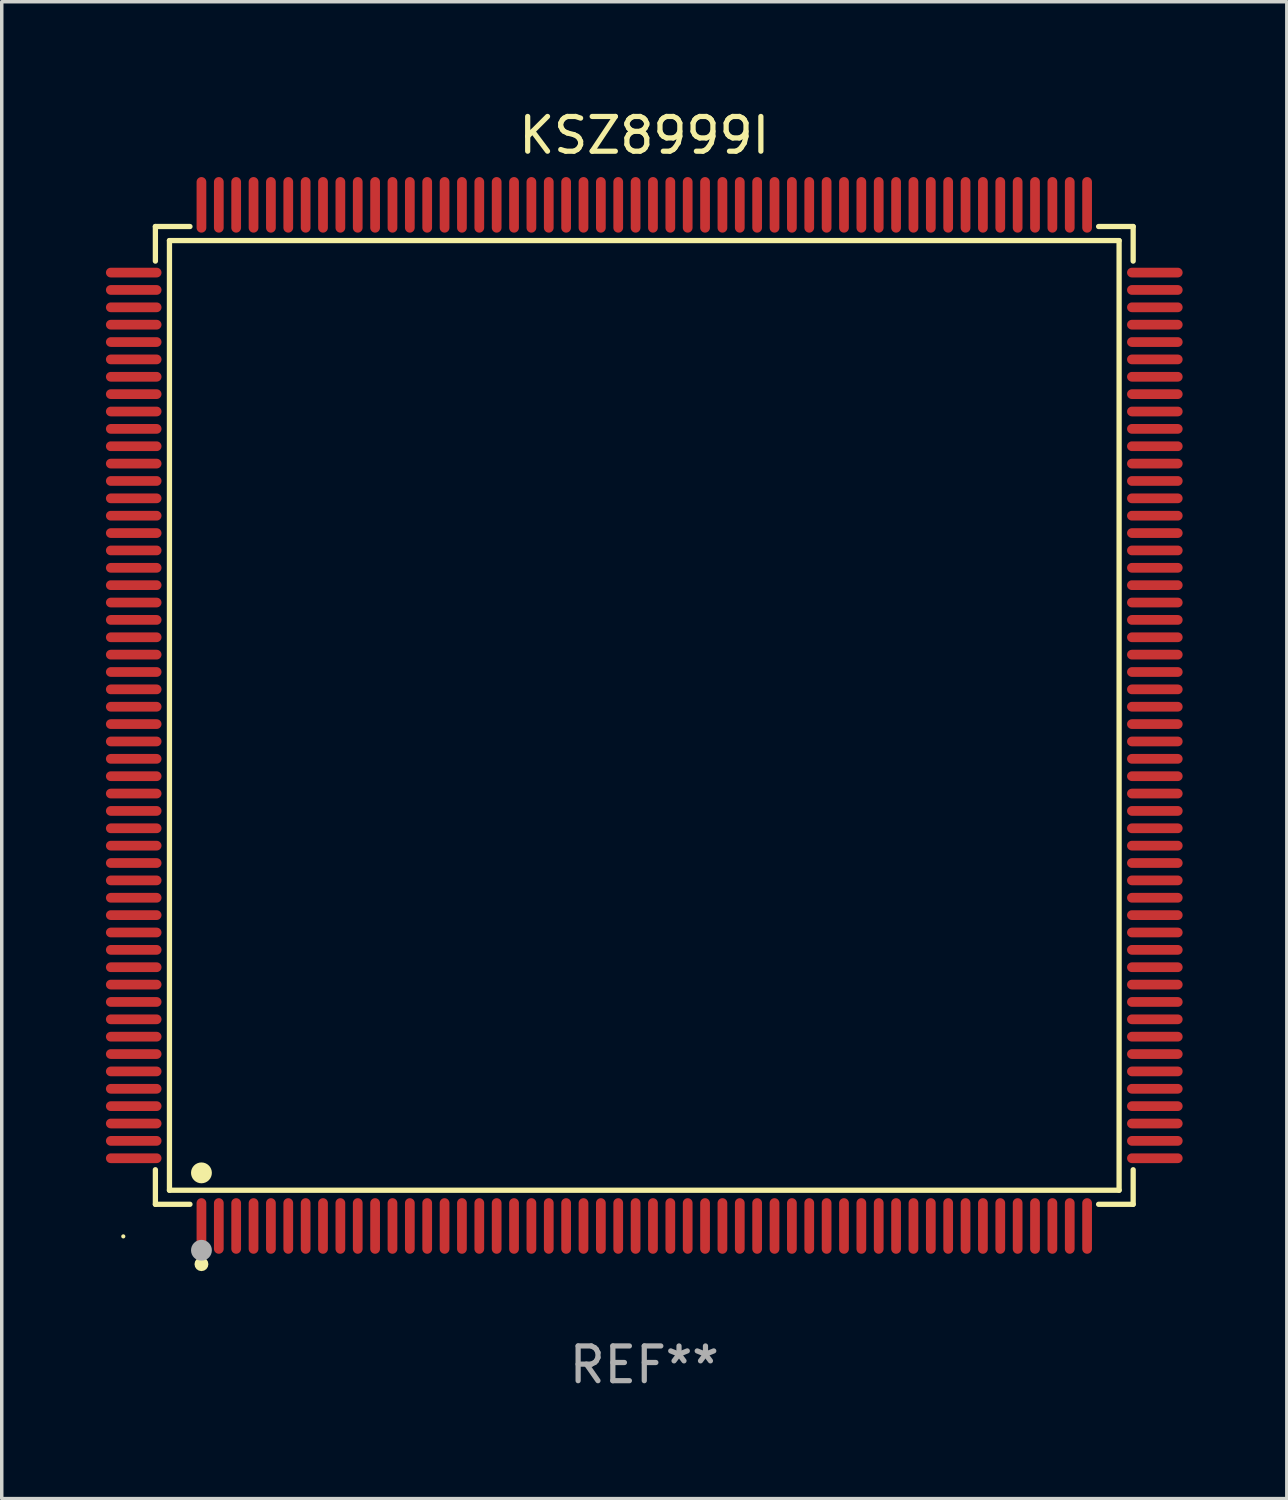
<source format=kicad_pcb>
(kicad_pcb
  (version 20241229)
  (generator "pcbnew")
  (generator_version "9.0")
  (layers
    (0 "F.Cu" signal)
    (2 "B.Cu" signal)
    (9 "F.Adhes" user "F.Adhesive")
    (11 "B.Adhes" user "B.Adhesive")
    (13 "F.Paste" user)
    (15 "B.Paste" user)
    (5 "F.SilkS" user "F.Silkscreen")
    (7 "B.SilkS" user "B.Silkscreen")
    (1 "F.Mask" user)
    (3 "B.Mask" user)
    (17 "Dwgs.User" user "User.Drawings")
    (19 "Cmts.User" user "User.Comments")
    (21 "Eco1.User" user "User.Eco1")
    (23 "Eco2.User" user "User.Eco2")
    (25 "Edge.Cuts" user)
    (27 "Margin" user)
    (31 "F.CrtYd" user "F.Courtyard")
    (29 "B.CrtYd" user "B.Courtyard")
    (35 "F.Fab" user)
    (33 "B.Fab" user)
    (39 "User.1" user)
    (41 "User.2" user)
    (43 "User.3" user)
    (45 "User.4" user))
  (footprint "KSZ8999I"
    (layer "F.Cu")
    (at 15.5 17.548)
    (property "Reference" "KSZ8999I" (at 0 -16.7 0) (layer "F.SilkS") (effects (font (size 1 1) (thickness 0.15))))
    (attr through_hole)
    (fp_line (start -14.076 -14.076) (end -13.081 -14.076) (stroke (width 0.152) (type solid)) (layer "F.SilkS"))
    (fp_line (start -14.076 -13.081) (end -14.076 -14.076) (stroke (width 0.152) (type solid)) (layer "F.SilkS"))
    (fp_line (start -14.076 13.081) (end -14.076 14.076) (stroke (width 0.152) (type solid)) (layer "F.SilkS"))
    (fp_line (start -14.076 14.076) (end -13.081 14.076) (stroke (width 0.152) (type solid)) (layer "F.SilkS"))
    (fp_line (start -13.671 -13.671) (end 13.671 -13.671) (stroke (width 0.152) (type solid)) (layer "F.SilkS"))
    (fp_line (start -13.671 13.671) (end -13.671 -13.671) (stroke (width 0.152) (type solid)) (layer "F.SilkS"))
    (fp_line (start 13.671 -13.671) (end 13.671 13.671) (stroke (width 0.152) (type solid)) (layer "F.SilkS"))
    (fp_line (start 13.671 13.671) (end -13.671 13.671) (stroke (width 0.152) (type solid)) (layer "F.SilkS"))
    (fp_line (start 14.076 -14.076) (end 13.081 -14.076) (stroke (width 0.152) (type solid)) (layer "F.SilkS"))
    (fp_line (start 14.076 -13.081) (end 14.076 -14.076) (stroke (width 0.152) (type solid)) (layer "F.SilkS"))
    (fp_line (start 14.076 13.081) (end 14.076 14.076) (stroke (width 0.152) (type solid)) (layer "F.SilkS"))
    (fp_line (start 14.076 14.076) (end 13.081 14.076) (stroke (width 0.152) (type solid)) (layer "F.SilkS"))
    (fp_circle (center -15 15) (end -14.97 15) (stroke (width 0.06) (type solid)) (fill no) (layer "F.SilkS"))
    (fp_circle (center -12.75 13.171) (end -12.6 13.171) (stroke (width 0.3) (type solid)) (fill no) (layer "F.SilkS"))
    (fp_circle (center -12.75 15.8) (end -12.65 15.8) (stroke (width 0.2) (type solid)) (fill no) (layer "F.SilkS"))
    (fp_circle (center -12.75 15.4) (end -12.6 15.4) (stroke (width 0.3) (type solid)) (fill no) (layer "F.Fab"))
    (fp_text user "REF**" (at 0 18.7 0) (layer "F.Fab") (effects (font (size 1 1) (thickness 0.15))))
    (pad "1" smd oval (at -12.75 14.7) (size 0.28 1.6) (layers "F.Cu" "F.Mask" "F.Paste"))
    (pad "2" smd oval (at -12.25 14.7) (size 0.28 1.6) (layers "F.Cu" "F.Mask" "F.Paste"))
    (pad "3" smd oval (at -11.75 14.7) (size 0.28 1.6) (layers "F.Cu" "F.Mask" "F.Paste"))
    (pad "4" smd oval (at -11.25 14.7) (size 0.28 1.6) (layers "F.Cu" "F.Mask" "F.Paste"))
    (pad "5" smd oval (at -10.75 14.7) (size 0.28 1.6) (layers "F.Cu" "F.Mask" "F.Paste"))
    (pad "6" smd oval (at -10.25 14.7) (size 0.28 1.6) (layers "F.Cu" "F.Mask" "F.Paste"))
    (pad "7" smd oval (at -9.75 14.7) (size 0.28 1.6) (layers "F.Cu" "F.Mask" "F.Paste"))
    (pad "8" smd oval (at -9.25 14.7) (size 0.28 1.6) (layers "F.Cu" "F.Mask" "F.Paste"))
    (pad "9" smd oval (at -8.75 14.7) (size 0.28 1.6) (layers "F.Cu" "F.Mask" "F.Paste"))
    (pad "10" smd oval (at -8.25 14.7) (size 0.28 1.6) (layers "F.Cu" "F.Mask" "F.Paste"))
    (pad "11" smd oval (at -7.75 14.7) (size 0.28 1.6) (layers "F.Cu" "F.Mask" "F.Paste"))
    (pad "12" smd oval (at -7.25 14.7) (size 0.28 1.6) (layers "F.Cu" "F.Mask" "F.Paste"))
    (pad "13" smd oval (at -6.75 14.7) (size 0.28 1.6) (layers "F.Cu" "F.Mask" "F.Paste"))
    (pad "14" smd oval (at -6.25 14.7) (size 0.28 1.6) (layers "F.Cu" "F.Mask" "F.Paste"))
    (pad "15" smd oval (at -5.75 14.7) (size 0.28 1.6) (layers "F.Cu" "F.Mask" "F.Paste"))
    (pad "16" smd oval (at -5.25 14.7) (size 0.28 1.6) (layers "F.Cu" "F.Mask" "F.Paste"))
    (pad "17" smd oval (at -4.75 14.7) (size 0.28 1.6) (layers "F.Cu" "F.Mask" "F.Paste"))
    (pad "18" smd oval (at -4.25 14.7) (size 0.28 1.6) (layers "F.Cu" "F.Mask" "F.Paste"))
    (pad "19" smd oval (at -3.75 14.7) (size 0.28 1.6) (layers "F.Cu" "F.Mask" "F.Paste"))
    (pad "20" smd oval (at -3.25 14.7) (size 0.28 1.6) (layers "F.Cu" "F.Mask" "F.Paste"))
    (pad "21" smd oval (at -2.75 14.7) (size 0.28 1.6) (layers "F.Cu" "F.Mask" "F.Paste"))
    (pad "22" smd oval (at -2.25 14.7) (size 0.28 1.6) (layers "F.Cu" "F.Mask" "F.Paste"))
    (pad "23" smd oval (at -1.75 14.7) (size 0.28 1.6) (layers "F.Cu" "F.Mask" "F.Paste"))
    (pad "24" smd oval (at -1.25 14.7) (size 0.28 1.6) (layers "F.Cu" "F.Mask" "F.Paste"))
    (pad "25" smd oval (at -0.75 14.7) (size 0.28 1.6) (layers "F.Cu" "F.Mask" "F.Paste"))
    (pad "26" smd oval (at -0.25 14.7) (size 0.28 1.6) (layers "F.Cu" "F.Mask" "F.Paste"))
    (pad "27" smd oval (at 0.25 14.7) (size 0.28 1.6) (layers "F.Cu" "F.Mask" "F.Paste"))
    (pad "28" smd oval (at 0.75 14.7) (size 0.28 1.6) (layers "F.Cu" "F.Mask" "F.Paste"))
    (pad "29" smd oval (at 1.25 14.7) (size 0.28 1.6) (layers "F.Cu" "F.Mask" "F.Paste"))
    (pad "30" smd oval (at 1.75 14.7) (size 0.28 1.6) (layers "F.Cu" "F.Mask" "F.Paste"))
    (pad "31" smd oval (at 2.25 14.7) (size 0.28 1.6) (layers "F.Cu" "F.Mask" "F.Paste"))
    (pad "32" smd oval (at 2.75 14.7) (size 0.28 1.6) (layers "F.Cu" "F.Mask" "F.Paste"))
    (pad "33" smd oval (at 3.25 14.7) (size 0.28 1.6) (layers "F.Cu" "F.Mask" "F.Paste"))
    (pad "34" smd oval (at 3.75 14.7) (size 0.28 1.6) (layers "F.Cu" "F.Mask" "F.Paste"))
    (pad "35" smd oval (at 4.25 14.7) (size 0.28 1.6) (layers "F.Cu" "F.Mask" "F.Paste"))
    (pad "36" smd oval (at 4.75 14.7) (size 0.28 1.6) (layers "F.Cu" "F.Mask" "F.Paste"))
    (pad "37" smd oval (at 5.25 14.7) (size 0.28 1.6) (layers "F.Cu" "F.Mask" "F.Paste"))
    (pad "38" smd oval (at 5.75 14.7) (size 0.28 1.6) (layers "F.Cu" "F.Mask" "F.Paste"))
    (pad "39" smd oval (at 6.25 14.7) (size 0.28 1.6) (layers "F.Cu" "F.Mask" "F.Paste"))
    (pad "40" smd oval (at 6.75 14.7) (size 0.28 1.6) (layers "F.Cu" "F.Mask" "F.Paste"))
    (pad "41" smd oval (at 7.25 14.7) (size 0.28 1.6) (layers "F.Cu" "F.Mask" "F.Paste"))
    (pad "42" smd oval (at 7.75 14.7) (size 0.28 1.6) (layers "F.Cu" "F.Mask" "F.Paste"))
    (pad "43" smd oval (at 8.25 14.7) (size 0.28 1.6) (layers "F.Cu" "F.Mask" "F.Paste"))
    (pad "44" smd oval (at 8.75 14.7) (size 0.28 1.6) (layers "F.Cu" "F.Mask" "F.Paste"))
    (pad "45" smd oval (at 9.25 14.7) (size 0.28 1.6) (layers "F.Cu" "F.Mask" "F.Paste"))
    (pad "46" smd oval (at 9.75 14.7) (size 0.28 1.6) (layers "F.Cu" "F.Mask" "F.Paste"))
    (pad "47" smd oval (at 10.25 14.7) (size 0.28 1.6) (layers "F.Cu" "F.Mask" "F.Paste"))
    (pad "48" smd oval (at 10.75 14.7) (size 0.28 1.6) (layers "F.Cu" "F.Mask" "F.Paste"))
    (pad "49" smd oval (at 11.25 14.7) (size 0.28 1.6) (layers "F.Cu" "F.Mask" "F.Paste"))
    (pad "50" smd oval (at 11.75 14.7) (size 0.28 1.6) (layers "F.Cu" "F.Mask" "F.Paste"))
    (pad "51" smd oval (at 12.25 14.7) (size 0.28 1.6) (layers "F.Cu" "F.Mask" "F.Paste"))
    (pad "52" smd oval (at 12.75 14.7) (size 0.28 1.6) (layers "F.Cu" "F.Mask" "F.Paste"))
    (pad "53" smd oval (at 14.7 12.75) (size 1.6 0.28) (layers "F.Cu" "F.Mask" "F.Paste"))
    (pad "54" smd oval (at 14.7 12.25) (size 1.6 0.28) (layers "F.Cu" "F.Mask" "F.Paste"))
    (pad "55" smd oval (at 14.7 11.75) (size 1.6 0.28) (layers "F.Cu" "F.Mask" "F.Paste"))
    (pad "56" smd oval (at 14.7 11.25) (size 1.6 0.28) (layers "F.Cu" "F.Mask" "F.Paste"))
    (pad "57" smd oval (at 14.7 10.75) (size 1.6 0.28) (layers "F.Cu" "F.Mask" "F.Paste"))
    (pad "58" smd oval (at 14.7 10.25) (size 1.6 0.28) (layers "F.Cu" "F.Mask" "F.Paste"))
    (pad "59" smd oval (at 14.7 9.75) (size 1.6 0.28) (layers "F.Cu" "F.Mask" "F.Paste"))
    (pad "60" smd oval (at 14.7 9.25) (size 1.6 0.28) (layers "F.Cu" "F.Mask" "F.Paste"))
    (pad "61" smd oval (at 14.7 8.75) (size 1.6 0.28) (layers "F.Cu" "F.Mask" "F.Paste"))
    (pad "62" smd oval (at 14.7 8.25) (size 1.6 0.28) (layers "F.Cu" "F.Mask" "F.Paste"))
    (pad "63" smd oval (at 14.7 7.75) (size 1.6 0.28) (layers "F.Cu" "F.Mask" "F.Paste"))
    (pad "64" smd oval (at 14.7 7.25) (size 1.6 0.28) (layers "F.Cu" "F.Mask" "F.Paste"))
    (pad "65" smd oval (at 14.7 6.75) (size 1.6 0.28) (layers "F.Cu" "F.Mask" "F.Paste"))
    (pad "66" smd oval (at 14.7 6.25) (size 1.6 0.28) (layers "F.Cu" "F.Mask" "F.Paste"))
    (pad "67" smd oval (at 14.7 5.75) (size 1.6 0.28) (layers "F.Cu" "F.Mask" "F.Paste"))
    (pad "68" smd oval (at 14.7 5.25) (size 1.6 0.28) (layers "F.Cu" "F.Mask" "F.Paste"))
    (pad "69" smd oval (at 14.7 4.75) (size 1.6 0.28) (layers "F.Cu" "F.Mask" "F.Paste"))
    (pad "70" smd oval (at 14.7 4.25) (size 1.6 0.28) (layers "F.Cu" "F.Mask" "F.Paste"))
    (pad "71" smd oval (at 14.7 3.75) (size 1.6 0.28) (layers "F.Cu" "F.Mask" "F.Paste"))
    (pad "72" smd oval (at 14.7 3.25) (size 1.6 0.28) (layers "F.Cu" "F.Mask" "F.Paste"))
    (pad "73" smd oval (at 14.7 2.75) (size 1.6 0.28) (layers "F.Cu" "F.Mask" "F.Paste"))
    (pad "74" smd oval (at 14.7 2.25) (size 1.6 0.28) (layers "F.Cu" "F.Mask" "F.Paste"))
    (pad "75" smd oval (at 14.7 1.75) (size 1.6 0.28) (layers "F.Cu" "F.Mask" "F.Paste"))
    (pad "76" smd oval (at 14.7 1.25) (size 1.6 0.28) (layers "F.Cu" "F.Mask" "F.Paste"))
    (pad "77" smd oval (at 14.7 0.75) (size 1.6 0.28) (layers "F.Cu" "F.Mask" "F.Paste"))
    (pad "78" smd oval (at 14.7 0.25) (size 1.6 0.28) (layers "F.Cu" "F.Mask" "F.Paste"))
    (pad "79" smd oval (at 14.7 -0.25) (size 1.6 0.28) (layers "F.Cu" "F.Mask" "F.Paste"))
    (pad "80" smd oval (at 14.7 -0.75) (size 1.6 0.28) (layers "F.Cu" "F.Mask" "F.Paste"))
    (pad "81" smd oval (at 14.7 -1.25) (size 1.6 0.28) (layers "F.Cu" "F.Mask" "F.Paste"))
    (pad "82" smd oval (at 14.7 -1.75) (size 1.6 0.28) (layers "F.Cu" "F.Mask" "F.Paste"))
    (pad "83" smd oval (at 14.7 -2.25) (size 1.6 0.28) (layers "F.Cu" "F.Mask" "F.Paste"))
    (pad "84" smd oval (at 14.7 -2.75) (size 1.6 0.28) (layers "F.Cu" "F.Mask" "F.Paste"))
    (pad "85" smd oval (at 14.7 -3.25) (size 1.6 0.28) (layers "F.Cu" "F.Mask" "F.Paste"))
    (pad "86" smd oval (at 14.7 -3.75) (size 1.6 0.28) (layers "F.Cu" "F.Mask" "F.Paste"))
    (pad "87" smd oval (at 14.7 -4.25) (size 1.6 0.28) (layers "F.Cu" "F.Mask" "F.Paste"))
    (pad "88" smd oval (at 14.7 -4.75) (size 1.6 0.28) (layers "F.Cu" "F.Mask" "F.Paste"))
    (pad "89" smd oval (at 14.7 -5.25) (size 1.6 0.28) (layers "F.Cu" "F.Mask" "F.Paste"))
    (pad "90" smd oval (at 14.7 -5.75) (size 1.6 0.28) (layers "F.Cu" "F.Mask" "F.Paste"))
    (pad "91" smd oval (at 14.7 -6.25) (size 1.6 0.28) (layers "F.Cu" "F.Mask" "F.Paste"))
    (pad "92" smd oval (at 14.7 -6.75) (size 1.6 0.28) (layers "F.Cu" "F.Mask" "F.Paste"))
    (pad "93" smd oval (at 14.7 -7.25) (size 1.6 0.28) (layers "F.Cu" "F.Mask" "F.Paste"))
    (pad "94" smd oval (at 14.7 -7.75) (size 1.6 0.28) (layers "F.Cu" "F.Mask" "F.Paste"))
    (pad "95" smd oval (at 14.7 -8.25) (size 1.6 0.28) (layers "F.Cu" "F.Mask" "F.Paste"))
    (pad "96" smd oval (at 14.7 -8.75) (size 1.6 0.28) (layers "F.Cu" "F.Mask" "F.Paste"))
    (pad "97" smd oval (at 14.7 -9.25) (size 1.6 0.28) (layers "F.Cu" "F.Mask" "F.Paste"))
    (pad "98" smd oval (at 14.7 -9.75) (size 1.6 0.28) (layers "F.Cu" "F.Mask" "F.Paste"))
    (pad "99" smd oval (at 14.7 -10.25) (size 1.6 0.28) (layers "F.Cu" "F.Mask" "F.Paste"))
    (pad "100" smd oval (at 14.7 -10.75) (size 1.6 0.28) (layers "F.Cu" "F.Mask" "F.Paste"))
    (pad "101" smd oval (at 14.7 -11.25) (size 1.6 0.28) (layers "F.Cu" "F.Mask" "F.Paste"))
    (pad "102" smd oval (at 14.7 -11.75) (size 1.6 0.28) (layers "F.Cu" "F.Mask" "F.Paste"))
    (pad "103" smd oval (at 14.7 -12.25) (size 1.6 0.28) (layers "F.Cu" "F.Mask" "F.Paste"))
    (pad "104" smd oval (at 14.7 -12.75) (size 1.6 0.28) (layers "F.Cu" "F.Mask" "F.Paste"))
    (pad "105" smd oval (at 12.75 -14.7) (size 0.28 1.6) (layers "F.Cu" "F.Mask" "F.Paste"))
    (pad "106" smd oval (at 12.25 -14.7) (size 0.28 1.6) (layers "F.Cu" "F.Mask" "F.Paste"))
    (pad "107" smd oval (at 11.75 -14.7) (size 0.28 1.6) (layers "F.Cu" "F.Mask" "F.Paste"))
    (pad "108" smd oval (at 11.25 -14.7) (size 0.28 1.6) (layers "F.Cu" "F.Mask" "F.Paste"))
    (pad "109" smd oval (at 10.75 -14.7) (size 0.28 1.6) (layers "F.Cu" "F.Mask" "F.Paste"))
    (pad "110" smd oval (at 10.25 -14.7) (size 0.28 1.6) (layers "F.Cu" "F.Mask" "F.Paste"))
    (pad "111" smd oval (at 9.75 -14.7) (size 0.28 1.6) (layers "F.Cu" "F.Mask" "F.Paste"))
    (pad "112" smd oval (at 9.25 -14.7) (size 0.28 1.6) (layers "F.Cu" "F.Mask" "F.Paste"))
    (pad "113" smd oval (at 8.75 -14.7) (size 0.28 1.6) (layers "F.Cu" "F.Mask" "F.Paste"))
    (pad "114" smd oval (at 8.25 -14.7) (size 0.28 1.6) (layers "F.Cu" "F.Mask" "F.Paste"))
    (pad "115" smd oval (at 7.75 -14.7) (size 0.28 1.6) (layers "F.Cu" "F.Mask" "F.Paste"))
    (pad "116" smd oval (at 7.25 -14.7) (size 0.28 1.6) (layers "F.Cu" "F.Mask" "F.Paste"))
    (pad "117" smd oval (at 6.75 -14.7) (size 0.28 1.6) (layers "F.Cu" "F.Mask" "F.Paste"))
    (pad "118" smd oval (at 6.25 -14.7) (size 0.28 1.6) (layers "F.Cu" "F.Mask" "F.Paste"))
    (pad "119" smd oval (at 5.75 -14.7) (size 0.28 1.6) (layers "F.Cu" "F.Mask" "F.Paste"))
    (pad "120" smd oval (at 5.25 -14.7) (size 0.28 1.6) (layers "F.Cu" "F.Mask" "F.Paste"))
    (pad "121" smd oval (at 4.75 -14.7) (size 0.28 1.6) (layers "F.Cu" "F.Mask" "F.Paste"))
    (pad "122" smd oval (at 4.25 -14.7) (size 0.28 1.6) (layers "F.Cu" "F.Mask" "F.Paste"))
    (pad "123" smd oval (at 3.75 -14.7) (size 0.28 1.6) (layers "F.Cu" "F.Mask" "F.Paste"))
    (pad "124" smd oval (at 3.25 -14.7) (size 0.28 1.6) (layers "F.Cu" "F.Mask" "F.Paste"))
    (pad "125" smd oval (at 2.75 -14.7) (size 0.28 1.6) (layers "F.Cu" "F.Mask" "F.Paste"))
    (pad "126" smd oval (at 2.25 -14.7) (size 0.28 1.6) (layers "F.Cu" "F.Mask" "F.Paste"))
    (pad "127" smd oval (at 1.75 -14.7) (size 0.28 1.6) (layers "F.Cu" "F.Mask" "F.Paste"))
    (pad "128" smd oval (at 1.25 -14.7) (size 0.28 1.6) (layers "F.Cu" "F.Mask" "F.Paste"))
    (pad "129" smd oval (at 0.75 -14.7) (size 0.28 1.6) (layers "F.Cu" "F.Mask" "F.Paste"))
    (pad "130" smd oval (at 0.25 -14.7) (size 0.28 1.6) (layers "F.Cu" "F.Mask" "F.Paste"))
    (pad "131" smd oval (at -0.25 -14.7) (size 0.28 1.6) (layers "F.Cu" "F.Mask" "F.Paste"))
    (pad "132" smd oval (at -0.75 -14.7) (size 0.28 1.6) (layers "F.Cu" "F.Mask" "F.Paste"))
    (pad "133" smd oval (at -1.25 -14.7) (size 0.28 1.6) (layers "F.Cu" "F.Mask" "F.Paste"))
    (pad "134" smd oval (at -1.75 -14.7) (size 0.28 1.6) (layers "F.Cu" "F.Mask" "F.Paste"))
    (pad "135" smd oval (at -2.25 -14.7) (size 0.28 1.6) (layers "F.Cu" "F.Mask" "F.Paste"))
    (pad "136" smd oval (at -2.75 -14.7) (size 0.28 1.6) (layers "F.Cu" "F.Mask" "F.Paste"))
    (pad "137" smd oval (at -3.25 -14.7) (size 0.28 1.6) (layers "F.Cu" "F.Mask" "F.Paste"))
    (pad "138" smd oval (at -3.75 -14.7) (size 0.28 1.6) (layers "F.Cu" "F.Mask" "F.Paste"))
    (pad "139" smd oval (at -4.25 -14.7) (size 0.28 1.6) (layers "F.Cu" "F.Mask" "F.Paste"))
    (pad "140" smd oval (at -4.75 -14.7) (size 0.28 1.6) (layers "F.Cu" "F.Mask" "F.Paste"))
    (pad "141" smd oval (at -5.25 -14.7) (size 0.28 1.6) (layers "F.Cu" "F.Mask" "F.Paste"))
    (pad "142" smd oval (at -5.75 -14.7) (size 0.28 1.6) (layers "F.Cu" "F.Mask" "F.Paste"))
    (pad "143" smd oval (at -6.25 -14.7) (size 0.28 1.6) (layers "F.Cu" "F.Mask" "F.Paste"))
    (pad "144" smd oval (at -6.75 -14.7) (size 0.28 1.6) (layers "F.Cu" "F.Mask" "F.Paste"))
    (pad "145" smd oval (at -7.25 -14.7) (size 0.28 1.6) (layers "F.Cu" "F.Mask" "F.Paste"))
    (pad "146" smd oval (at -7.75 -14.7) (size 0.28 1.6) (layers "F.Cu" "F.Mask" "F.Paste"))
    (pad "147" smd oval (at -8.25 -14.7) (size 0.28 1.6) (layers "F.Cu" "F.Mask" "F.Paste"))
    (pad "148" smd oval (at -8.75 -14.7) (size 0.28 1.6) (layers "F.Cu" "F.Mask" "F.Paste"))
    (pad "149" smd oval (at -9.25 -14.7) (size 0.28 1.6) (layers "F.Cu" "F.Mask" "F.Paste"))
    (pad "150" smd oval (at -9.75 -14.7) (size 0.28 1.6) (layers "F.Cu" "F.Mask" "F.Paste"))
    (pad "151" smd oval (at -10.25 -14.7) (size 0.28 1.6) (layers "F.Cu" "F.Mask" "F.Paste"))
    (pad "152" smd oval (at -10.75 -14.7) (size 0.28 1.6) (layers "F.Cu" "F.Mask" "F.Paste"))
    (pad "153" smd oval (at -11.25 -14.7) (size 0.28 1.6) (layers "F.Cu" "F.Mask" "F.Paste"))
    (pad "154" smd oval (at -11.75 -14.7) (size 0.28 1.6) (layers "F.Cu" "F.Mask" "F.Paste"))
    (pad "155" smd oval (at -12.25 -14.7) (size 0.28 1.6) (layers "F.Cu" "F.Mask" "F.Paste"))
    (pad "156" smd oval (at -12.75 -14.7) (size 0.28 1.6) (layers "F.Cu" "F.Mask" "F.Paste"))
    (pad "157" smd oval (at -14.7 -12.75) (size 1.6 0.28) (layers "F.Cu" "F.Mask" "F.Paste"))
    (pad "158" smd oval (at -14.7 -12.25) (size 1.6 0.28) (layers "F.Cu" "F.Mask" "F.Paste"))
    (pad "159" smd oval (at -14.7 -11.75) (size 1.6 0.28) (layers "F.Cu" "F.Mask" "F.Paste"))
    (pad "160" smd oval (at -14.7 -11.25) (size 1.6 0.28) (layers "F.Cu" "F.Mask" "F.Paste"))
    (pad "161" smd oval (at -14.7 -10.75) (size 1.6 0.28) (layers "F.Cu" "F.Mask" "F.Paste"))
    (pad "162" smd oval (at -14.7 -10.25) (size 1.6 0.28) (layers "F.Cu" "F.Mask" "F.Paste"))
    (pad "163" smd oval (at -14.7 -9.75) (size 1.6 0.28) (layers "F.Cu" "F.Mask" "F.Paste"))
    (pad "164" smd oval (at -14.7 -9.25) (size 1.6 0.28) (layers "F.Cu" "F.Mask" "F.Paste"))
    (pad "165" smd oval (at -14.7 -8.75) (size 1.6 0.28) (layers "F.Cu" "F.Mask" "F.Paste"))
    (pad "166" smd oval (at -14.7 -8.25) (size 1.6 0.28) (layers "F.Cu" "F.Mask" "F.Paste"))
    (pad "167" smd oval (at -14.7 -7.75) (size 1.6 0.28) (layers "F.Cu" "F.Mask" "F.Paste"))
    (pad "168" smd oval (at -14.7 -7.25) (size 1.6 0.28) (layers "F.Cu" "F.Mask" "F.Paste"))
    (pad "169" smd oval (at -14.7 -6.75) (size 1.6 0.28) (layers "F.Cu" "F.Mask" "F.Paste"))
    (pad "170" smd oval (at -14.7 -6.25) (size 1.6 0.28) (layers "F.Cu" "F.Mask" "F.Paste"))
    (pad "171" smd oval (at -14.7 -5.75) (size 1.6 0.28) (layers "F.Cu" "F.Mask" "F.Paste"))
    (pad "172" smd oval (at -14.7 -5.25) (size 1.6 0.28) (layers "F.Cu" "F.Mask" "F.Paste"))
    (pad "173" smd oval (at -14.7 -4.75) (size 1.6 0.28) (layers "F.Cu" "F.Mask" "F.Paste"))
    (pad "174" smd oval (at -14.7 -4.25) (size 1.6 0.28) (layers "F.Cu" "F.Mask" "F.Paste"))
    (pad "175" smd oval (at -14.7 -3.75) (size 1.6 0.28) (layers "F.Cu" "F.Mask" "F.Paste"))
    (pad "176" smd oval (at -14.7 -3.25) (size 1.6 0.28) (layers "F.Cu" "F.Mask" "F.Paste"))
    (pad "177" smd oval (at -14.7 -2.75) (size 1.6 0.28) (layers "F.Cu" "F.Mask" "F.Paste"))
    (pad "178" smd oval (at -14.7 -2.25) (size 1.6 0.28) (layers "F.Cu" "F.Mask" "F.Paste"))
    (pad "179" smd oval (at -14.7 -1.75) (size 1.6 0.28) (layers "F.Cu" "F.Mask" "F.Paste"))
    (pad "180" smd oval (at -14.7 -1.25) (size 1.6 0.28) (layers "F.Cu" "F.Mask" "F.Paste"))
    (pad "181" smd oval (at -14.7 -0.75) (size 1.6 0.28) (layers "F.Cu" "F.Mask" "F.Paste"))
    (pad "182" smd oval (at -14.7 -0.25) (size 1.6 0.28) (layers "F.Cu" "F.Mask" "F.Paste"))
    (pad "183" smd oval (at -14.7 0.25) (size 1.6 0.28) (layers "F.Cu" "F.Mask" "F.Paste"))
    (pad "184" smd oval (at -14.7 0.75) (size 1.6 0.28) (layers "F.Cu" "F.Mask" "F.Paste"))
    (pad "185" smd oval (at -14.7 1.25) (size 1.6 0.28) (layers "F.Cu" "F.Mask" "F.Paste"))
    (pad "186" smd oval (at -14.7 1.75) (size 1.6 0.28) (layers "F.Cu" "F.Mask" "F.Paste"))
    (pad "187" smd oval (at -14.7 2.25) (size 1.6 0.28) (layers "F.Cu" "F.Mask" "F.Paste"))
    (pad "188" smd oval (at -14.7 2.75) (size 1.6 0.28) (layers "F.Cu" "F.Mask" "F.Paste"))
    (pad "189" smd oval (at -14.7 3.25) (size 1.6 0.28) (layers "F.Cu" "F.Mask" "F.Paste"))
    (pad "190" smd oval (at -14.7 3.75) (size 1.6 0.28) (layers "F.Cu" "F.Mask" "F.Paste"))
    (pad "191" smd oval (at -14.7 4.25) (size 1.6 0.28) (layers "F.Cu" "F.Mask" "F.Paste"))
    (pad "192" smd oval (at -14.7 4.75) (size 1.6 0.28) (layers "F.Cu" "F.Mask" "F.Paste"))
    (pad "193" smd oval (at -14.7 5.25) (size 1.6 0.28) (layers "F.Cu" "F.Mask" "F.Paste"))
    (pad "194" smd oval (at -14.7 5.75) (size 1.6 0.28) (layers "F.Cu" "F.Mask" "F.Paste"))
    (pad "195" smd oval (at -14.7 6.25) (size 1.6 0.28) (layers "F.Cu" "F.Mask" "F.Paste"))
    (pad "196" smd oval (at -14.7 6.75) (size 1.6 0.28) (layers "F.Cu" "F.Mask" "F.Paste"))
    (pad "197" smd oval (at -14.7 7.25) (size 1.6 0.28) (layers "F.Cu" "F.Mask" "F.Paste"))
    (pad "198" smd oval (at -14.7 7.75) (size 1.6 0.28) (layers "F.Cu" "F.Mask" "F.Paste"))
    (pad "199" smd oval (at -14.7 8.25) (size 1.6 0.28) (layers "F.Cu" "F.Mask" "F.Paste"))
    (pad "200" smd oval (at -14.7 8.75) (size 1.6 0.28) (layers "F.Cu" "F.Mask" "F.Paste"))
    (pad "201" smd oval (at -14.7 9.25) (size 1.6 0.28) (layers "F.Cu" "F.Mask" "F.Paste"))
    (pad "202" smd oval (at -14.7 9.75) (size 1.6 0.28) (layers "F.Cu" "F.Mask" "F.Paste"))
    (pad "203" smd oval (at -14.7 10.25) (size 1.6 0.28) (layers "F.Cu" "F.Mask" "F.Paste"))
    (pad "204" smd oval (at -14.7 10.75) (size 1.6 0.28) (layers "F.Cu" "F.Mask" "F.Paste"))
    (pad "205" smd oval (at -14.7 11.25) (size 1.6 0.28) (layers "F.Cu" "F.Mask" "F.Paste"))
    (pad "206" smd oval (at -14.7 11.75) (size 1.6 0.28) (layers "F.Cu" "F.Mask" "F.Paste"))
    (pad "207" smd oval (at -14.7 12.25) (size 1.6 0.28) (layers "F.Cu" "F.Mask" "F.Paste"))
    (pad "208" smd oval (at -14.7 12.75) (size 1.6 0.28) (layers "F.Cu" "F.Mask" "F.Paste")))
  (gr_rect
    (start -3 -3)
    (end 34 40.097)
    (stroke (width 0.1) (type default))
    (fill no)
    (layer "Edge.Cuts")))
</source>
